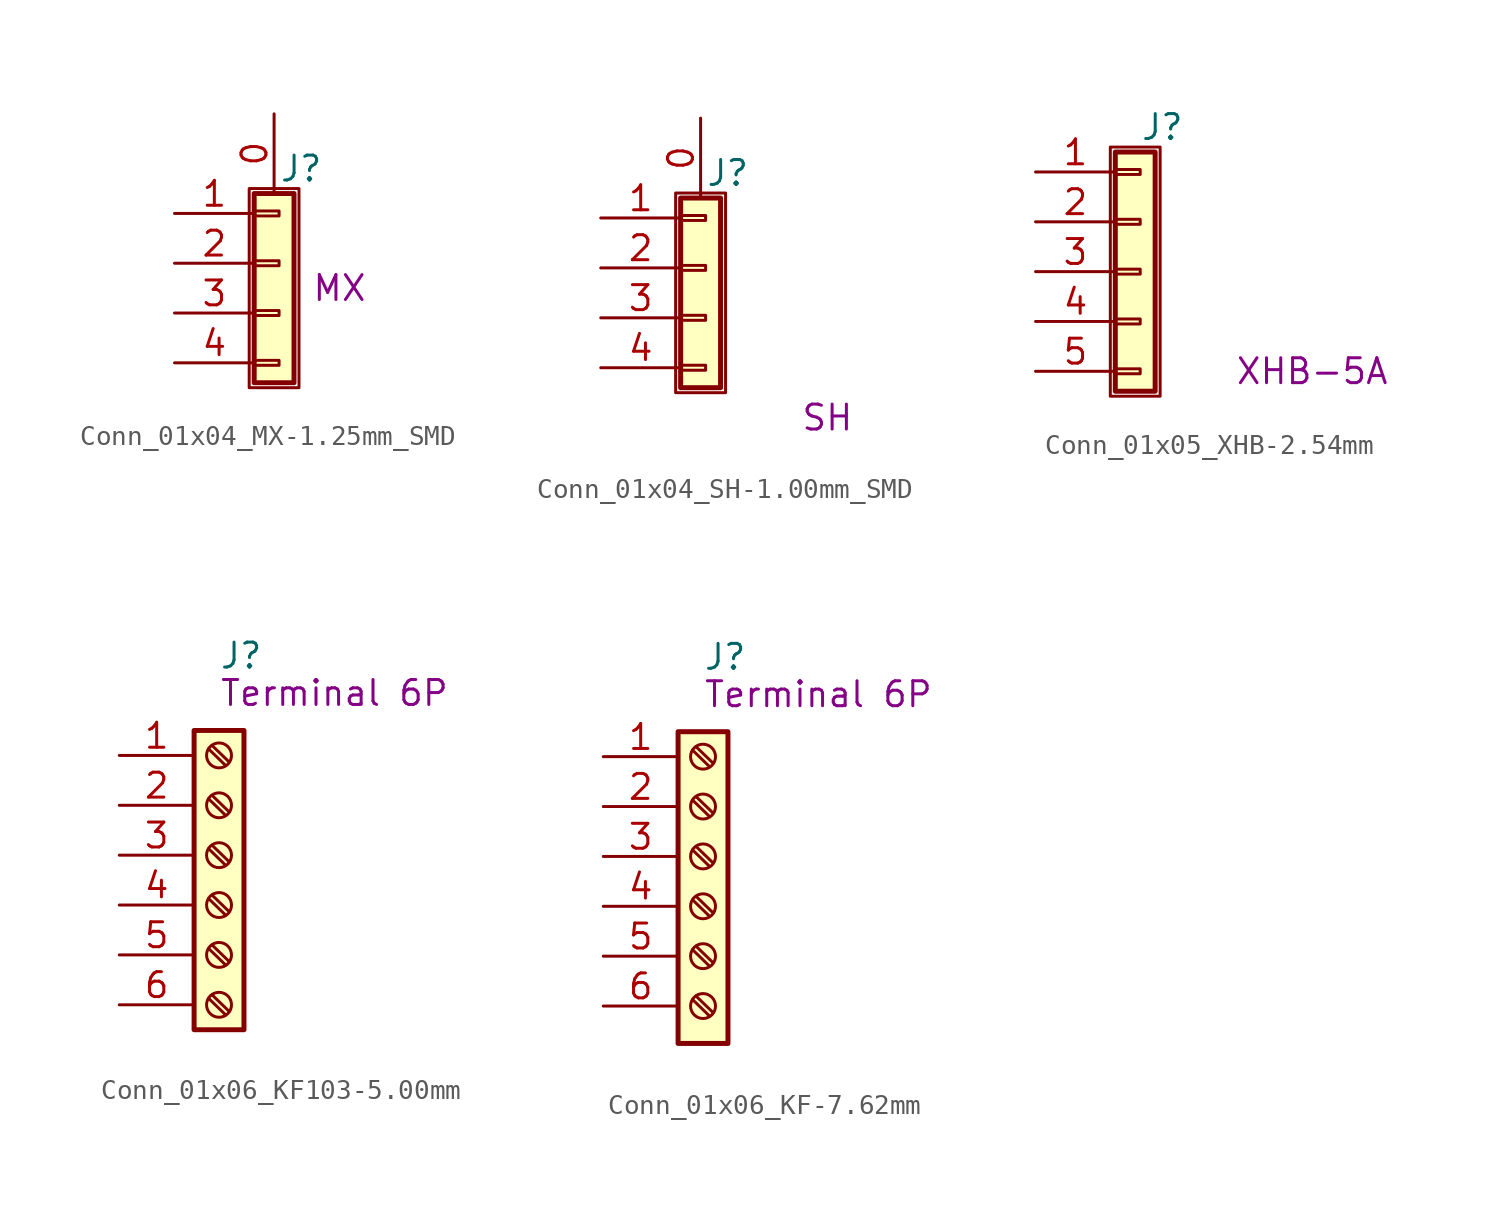
<source format=kicad_sym>
(kicad_symbol_lib
  (version 20211014)
  (generator kicad_symbol_editor)
  (symbol "Conn_01x04_MX-1.25mm_SMD"
    (pin_names
      (offset 1.016) hide)
    (property "Reference" "J"
      (at 0.254 6.096 0)
      (effects (font (size 1.27 1.27)) (justify left)))
    (property "Symbol" "MX"
      (at 1.905 0 0)
      (effects (font (size 1.27 1.27)) (justify left)))
    (symbol "Conn_01x04_MX-1.25mm_SMD_1_1"
      (rectangle (start -1.27 5.08) (end 1.27 -5.08) (stroke (width 0.152) (type default) (color 0 0 0 0)) (fill (type none)))
      (rectangle (start -1.016 -3.683) (end 0.254 -3.937) (stroke (width 0.152) (type default) (color 0 0 0 0)) (fill (type none)))
      (rectangle (start -1.016 -1.143) (end 0.254 -1.397) (stroke (width 0.152) (type default) (color 0 0 0 0)) (fill (type none)))
      (rectangle (start -1.016 1.397) (end 0.254 1.143) (stroke (width 0.152) (type default) (color 0 0 0 0)) (fill (type none)))
      (rectangle (start -1.016 3.937) (end 0.254 3.683) (stroke (width 0.152) (type default) (color 0 0 0 0)) (fill (type none)))
      (rectangle (start -1.016 4.826) (end 1.016 -4.826) (stroke (width 0.254) (type default) (color 0 0 0 0)) (fill (type background)))
      (pin passive line (at 0 8.89 270) (length 4.064) (name "Pin_0" (effects (font (size 1.27 1.27)))) (number "0" (effects (font (size 1.27 1.27)))))
      (pin passive line (at -5.08 3.81 0) (length 4.064) (name "Pin_1" (effects (font (size 1.27 1.27)))) (number "1" (effects (font (size 1.27 1.27)))))
      (pin passive line (at -5.08 1.27 0) (length 4.064) (name "Pin_2" (effects (font (size 1.27 1.27)))) (number "2" (effects (font (size 1.27 1.27)))))
      (pin passive line (at -5.08 -1.27 0) (length 4.064) (name "Pin_3" (effects (font (size 1.27 1.27)))) (number "3" (effects (font (size 1.27 1.27)))))
      (pin passive line (at -5.08 -3.81 0) (length 4.064) (name "Pin_4" (effects (font (size 1.27 1.27)))) (number "4" (effects (font (size 1.27 1.27)))))))
  (symbol "Conn_01x04_SH-1.00mm_SMD"
    (pin_names
      (offset 1.016) hide)
    (property "Reference" "J"
      (at 0.254 7.366 0)
      (effects (font (size 1.27 1.27)) (justify left)))
    (property "Symbol" "SH"
      (at 5.08 -5.08 0)
      (effects (font (size 1.27 1.27)) (justify left)))
    (symbol "Conn_01x04_SH-1.00mm_SMD_1_1"
      (rectangle (start -1.27 6.35) (end 1.27 -3.81) (stroke (width 0.152) (type default) (color 0 0 0 0)) (fill (type none)))
      (rectangle (start -1.016 -2.413) (end 0.254 -2.667) (stroke (width 0.152) (type default) (color 0 0 0 0)) (fill (type none)))
      (rectangle (start -1.016 0.127) (end 0.254 -0.127) (stroke (width 0.152) (type default) (color 0 0 0 0)) (fill (type none)))
      (rectangle (start -1.016 2.667) (end 0.254 2.413) (stroke (width 0.152) (type default) (color 0 0 0 0)) (fill (type none)))
      (rectangle (start -1.016 5.207) (end 0.254 4.953) (stroke (width 0.152) (type default) (color 0 0 0 0)) (fill (type none)))
      (rectangle (start -1.016 6.096) (end 1.016 -3.556) (stroke (width 0.254) (type default) (color 0 0 0 0)) (fill (type background)))
      (pin passive line (at 0 10.16 270) (length 4.064) (name "Pin_0" (effects (font (size 1.27 1.27)))) (number "0" (effects (font (size 1.27 1.27)))))
      (pin passive line (at -5.08 5.08 0) (length 4.064) (name "Pin_1" (effects (font (size 1.27 1.27)))) (number "1" (effects (font (size 1.27 1.27)))))
      (pin passive line (at -5.08 2.54 0) (length 4.064) (name "Pin_2" (effects (font (size 1.27 1.27)))) (number "2" (effects (font (size 1.27 1.27)))))
      (pin passive line (at -5.08 0 0) (length 4.064) (name "Pin_3" (effects (font (size 1.27 1.27)))) (number "3" (effects (font (size 1.27 1.27)))))
      (pin passive line (at -5.08 -2.54 0) (length 4.064) (name "Pin_4" (effects (font (size 1.27 1.27)))) (number "4" (effects (font (size 1.27 1.27)))))))
  (symbol "Conn_01x05_XHB-2.54mm"
    (pin_names
      (offset 1.016) hide)
    (property "Reference" "J"
      (at 0.254 7.366 0)
      (effects (font (size 1.27 1.27)) (justify left)))
    (property "Symbol" "XHB-5A"
      (at 5.08 -5.08 0)
      (effects (font (size 1.27 1.27)) (justify left)))
    (symbol "Conn_01x05_XHB-2.54mm_1_1"
      (rectangle (start -1.27 6.35) (end 1.27 -6.35) (stroke (width 0.152) (type default) (color 0 0 0 0)) (fill (type none)))
      (rectangle (start -1.016 -4.953) (end 0.254 -5.207) (stroke (width 0.152) (type default) (color 0 0 0 0)) (fill (type none)))
      (rectangle (start -1.016 -2.413) (end 0.254 -2.667) (stroke (width 0.152) (type default) (color 0 0 0 0)) (fill (type none)))
      (rectangle (start -1.016 0.127) (end 0.254 -0.127) (stroke (width 0.152) (type default) (color 0 0 0 0)) (fill (type none)))
      (rectangle (start -1.016 2.667) (end 0.254 2.413) (stroke (width 0.152) (type default) (color 0 0 0 0)) (fill (type none)))
      (rectangle (start -1.016 5.207) (end 0.254 4.953) (stroke (width 0.152) (type default) (color 0 0 0 0)) (fill (type none)))
      (rectangle (start -1.016 6.096) (end 1.016 -6.096) (stroke (width 0.254) (type default) (color 0 0 0 0)) (fill (type background)))
      (pin passive line (at -5.08 5.08 0) (length 4.064) (name "Pin_1" (effects (font (size 1.27 1.27)))) (number "1" (effects (font (size 1.27 1.27)))))
      (pin passive line (at -5.08 2.54 0) (length 4.064) (name "Pin_2" (effects (font (size 1.27 1.27)))) (number "2" (effects (font (size 1.27 1.27)))))
      (pin passive line (at -5.08 0 0) (length 4.064) (name "Pin_3" (effects (font (size 1.27 1.27)))) (number "3" (effects (font (size 1.27 1.27)))))
      (pin passive line (at -5.08 -2.54 0) (length 4.064) (name "Pin_4" (effects (font (size 1.27 1.27)))) (number "4" (effects (font (size 1.27 1.27)))))
      (pin passive line (at -5.08 -5.08 0) (length 4.064) (name "Pin_5" (effects (font (size 1.27 1.27)))) (number "5" (effects (font (size 1.27 1.27)))))))
  (symbol "Conn_01x06_KF103-5.00mm"
    (pin_names
      (offset 1.016))
    (property "Reference" "J"
      (at 0 11.43 0)
      (effects (font (size 1.27 1.27)) (justify left)))
    (property "Symbol" "Terminal 6P"
      (at 0 9.525 0)
      (effects (font (size 1.27 1.27)) (justify left)))
    (symbol "Conn_01x06_KF103-5.00mm_1_1"
      (rectangle (start -1.27 7.62) (end 1.27 -7.62) (stroke (width 0.254) (type default) (color 0 0 0 0)) (fill (type background)))
      (circle (center 0 -6.35) (radius 0.635) (stroke (width 0.152) (type default) (color 0 0 0 0)) (fill (type none)))
      (circle (center 0 -3.81) (radius 0.635) (stroke (width 0.152) (type default) (color 0 0 0 0)) (fill (type none)))
      (circle (center 0 -1.27) (radius 0.635) (stroke (width 0.152) (type default) (color 0 0 0 0)) (fill (type none)))
      (polyline (pts (xy -0.533 -6.02) (xy 0.33 -6.858)) (stroke (width 0.152) (type default) (color 0 0 0 0)) (fill (type none)))
      (polyline (pts (xy -0.533 -3.48) (xy 0.33 -4.318)) (stroke (width 0.152) (type default) (color 0 0 0 0)) (fill (type none)))
      (polyline (pts (xy -0.533 -0.94) (xy 0.33 -1.778)) (stroke (width 0.152) (type default) (color 0 0 0 0)) (fill (type none)))
      (polyline (pts (xy -0.533 1.6) (xy 0.33 0.762)) (stroke (width 0.152) (type default) (color 0 0 0 0)) (fill (type none)))
      (polyline (pts (xy -0.533 4.14) (xy 0.33 3.302)) (stroke (width 0.152) (type default) (color 0 0 0 0)) (fill (type none)))
      (polyline (pts (xy -0.533 6.68) (xy 0.33 5.842)) (stroke (width 0.152) (type default) (color 0 0 0 0)) (fill (type none)))
      (polyline (pts (xy -0.356 -5.842) (xy 0.508 -6.68)) (stroke (width 0.152) (type default) (color 0 0 0 0)) (fill (type none)))
      (polyline (pts (xy -0.356 -3.302) (xy 0.508 -4.14)) (stroke (width 0.152) (type default) (color 0 0 0 0)) (fill (type none)))
      (polyline (pts (xy -0.356 -0.762) (xy 0.508 -1.6)) (stroke (width 0.152) (type default) (color 0 0 0 0)) (fill (type none)))
      (polyline (pts (xy -0.356 1.778) (xy 0.508 0.94)) (stroke (width 0.152) (type default) (color 0 0 0 0)) (fill (type none)))
      (polyline (pts (xy -0.356 4.318) (xy 0.508 3.48)) (stroke (width 0.152) (type default) (color 0 0 0 0)) (fill (type none)))
      (polyline (pts (xy -0.356 6.858) (xy 0.508 6.02)) (stroke (width 0.152) (type default) (color 0 0 0 0)) (fill (type none)))
      (circle (center 0 1.27) (radius 0.635) (stroke (width 0.152) (type default) (color 0 0 0 0)) (fill (type none)))
      (circle (center 0 3.81) (radius 0.635) (stroke (width 0.152) (type default) (color 0 0 0 0)) (fill (type none)))
      (circle (center 0 6.35) (radius 0.635) (stroke (width 0.152) (type default) (color 0 0 0 0)) (fill (type none)))
      (pin passive line (at -5.08 6.35 0) (length 3.81) (name "~" (effects (font (size 1.27 1.27)))) (number "1" (effects (font (size 1.27 1.27)))))
      (pin passive line (at -5.08 3.81 0) (length 3.81) (name "~" (effects (font (size 1.27 1.27)))) (number "2" (effects (font (size 1.27 1.27)))))
      (pin passive line (at -5.08 1.27 0) (length 3.81) (name "~" (effects (font (size 1.27 1.27)))) (number "3" (effects (font (size 1.27 1.27)))))
      (pin passive line (at -5.08 -1.27 0) (length 3.81) (name "~" (effects (font (size 1.27 1.27)))) (number "4" (effects (font (size 1.27 1.27)))))
      (pin passive line (at -5.08 -3.81 0) (length 3.81) (name "~" (effects (font (size 1.27 1.27)))) (number "5" (effects (font (size 1.27 1.27)))))
      (pin passive line (at -5.08 -6.35 0) (length 3.81) (name "~" (effects (font (size 1.27 1.27)))) (number "6" (effects (font (size 1.27 1.27)))))))
  (symbol "Conn_01x06_KF-7.62mm"
    (pin_names
      (offset 1.016))
    (property "Reference" "J"
      (at 0 11.43 0)
      (effects (font (size 1.27 1.27)) (justify left)))
    (property "Symbol" "Terminal 6P"
      (at 0 9.525 0)
      (effects (font (size 1.27 1.27)) (justify left)))
    (symbol "Conn_01x06_KF-7.62mm_1_1"
      (rectangle (start -1.27 7.62) (end 1.27 -8.255) (stroke (width 0.254) (type default) (color 0 0 0 0)) (fill (type background)))
      (circle (center 0 -6.35) (radius 0.635) (stroke (width 0.152) (type default) (color 0 0 0 0)) (fill (type none)))
      (circle (center 0 -3.81) (radius 0.635) (stroke (width 0.152) (type default) (color 0 0 0 0)) (fill (type none)))
      (circle (center 0 -1.27) (radius 0.635) (stroke (width 0.152) (type default) (color 0 0 0 0)) (fill (type none)))
      (polyline (pts (xy -0.533 -6.02) (xy 0.33 -6.858)) (stroke (width 0.152) (type default) (color 0 0 0 0)) (fill (type none)))
      (polyline (pts (xy -0.533 -3.48) (xy 0.33 -4.318)) (stroke (width 0.152) (type default) (color 0 0 0 0)) (fill (type none)))
      (polyline (pts (xy -0.533 -0.94) (xy 0.33 -1.778)) (stroke (width 0.152) (type default) (color 0 0 0 0)) (fill (type none)))
      (polyline (pts (xy -0.533 1.6) (xy 0.33 0.762)) (stroke (width 0.152) (type default) (color 0 0 0 0)) (fill (type none)))
      (polyline (pts (xy -0.533 4.14) (xy 0.33 3.302)) (stroke (width 0.152) (type default) (color 0 0 0 0)) (fill (type none)))
      (polyline (pts (xy -0.533 6.68) (xy 0.33 5.842)) (stroke (width 0.152) (type default) (color 0 0 0 0)) (fill (type none)))
      (polyline (pts (xy -0.356 -5.842) (xy 0.508 -6.68)) (stroke (width 0.152) (type default) (color 0 0 0 0)) (fill (type none)))
      (polyline (pts (xy -0.356 -3.302) (xy 0.508 -4.14)) (stroke (width 0.152) (type default) (color 0 0 0 0)) (fill (type none)))
      (polyline (pts (xy -0.356 -0.762) (xy 0.508 -1.6)) (stroke (width 0.152) (type default) (color 0 0 0 0)) (fill (type none)))
      (polyline (pts (xy -0.356 1.778) (xy 0.508 0.94)) (stroke (width 0.152) (type default) (color 0 0 0 0)) (fill (type none)))
      (polyline (pts (xy -0.356 4.318) (xy 0.508 3.48)) (stroke (width 0.152) (type default) (color 0 0 0 0)) (fill (type none)))
      (polyline (pts (xy -0.356 6.858) (xy 0.508 6.02)) (stroke (width 0.152) (type default) (color 0 0 0 0)) (fill (type none)))
      (circle (center 0 1.27) (radius 0.635) (stroke (width 0.152) (type default) (color 0 0 0 0)) (fill (type none)))
      (circle (center 0 3.81) (radius 0.635) (stroke (width 0.152) (type default) (color 0 0 0 0)) (fill (type none)))
      (circle (center 0 6.35) (radius 0.635) (stroke (width 0.152) (type default) (color 0 0 0 0)) (fill (type none)))
      (pin passive line (at -5.08 6.35 0) (length 3.81) (name "~" (effects (font (size 1.27 1.27)))) (number "1" (effects (font (size 1.27 1.27)))))
      (pin passive line (at -5.08 3.81 0) (length 3.81) (name "~" (effects (font (size 1.27 1.27)))) (number "2" (effects (font (size 1.27 1.27)))))
      (pin passive line (at -5.08 1.27 0) (length 3.81) (name "~" (effects (font (size 1.27 1.27)))) (number "3" (effects (font (size 1.27 1.27)))))
      (pin passive line (at -5.08 -1.27 0) (length 3.81) (name "~" (effects (font (size 1.27 1.27)))) (number "4" (effects (font (size 1.27 1.27)))))
      (pin passive line (at -5.08 -3.81 0) (length 3.81) (name "~" (effects (font (size 1.27 1.27)))) (number "5" (effects (font (size 1.27 1.27)))))
      (pin passive line (at -5.08 -6.35 0) (length 3.81) (name "~" (effects (font (size 1.27 1.27)))) (number "6" (effects (font (size 1.27 1.27))))))))
</source>
